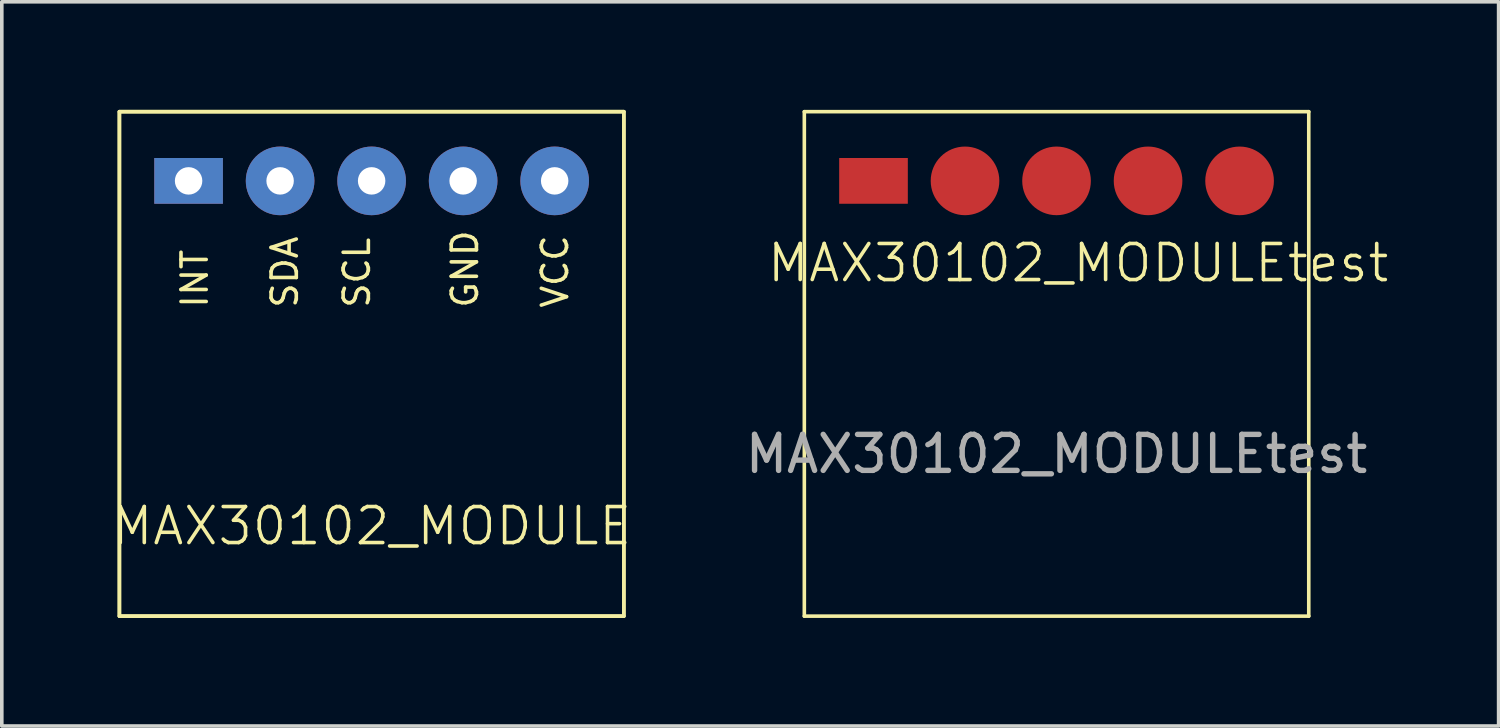
<source format=kicad_pcb>
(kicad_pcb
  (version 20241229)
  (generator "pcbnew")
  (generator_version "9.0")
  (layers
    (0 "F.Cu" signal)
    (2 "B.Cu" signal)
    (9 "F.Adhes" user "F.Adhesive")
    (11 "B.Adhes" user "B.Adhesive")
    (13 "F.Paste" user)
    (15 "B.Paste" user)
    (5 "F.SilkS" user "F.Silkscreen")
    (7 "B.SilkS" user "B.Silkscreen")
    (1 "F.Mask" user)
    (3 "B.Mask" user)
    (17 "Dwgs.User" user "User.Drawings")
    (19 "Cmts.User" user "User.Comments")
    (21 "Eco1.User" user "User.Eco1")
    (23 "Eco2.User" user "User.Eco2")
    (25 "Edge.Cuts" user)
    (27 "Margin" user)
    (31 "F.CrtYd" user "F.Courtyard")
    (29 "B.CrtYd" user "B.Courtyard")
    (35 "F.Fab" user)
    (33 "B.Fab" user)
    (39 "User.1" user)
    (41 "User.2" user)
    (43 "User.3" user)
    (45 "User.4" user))
  (footprint "MAX30102_MODULE"
    (layer "F.Cu")
    (at 7.264 7.05)
    (property "Reference" "MAX30102_MODULE" (at 0 4.5 0) (unlocked yes) (layer "F.SilkS") (effects (font (size 1 1) (thickness 0.1))))
    (attr through_hole)
    (fp_line (start -7 -7) (end 7 -7) (stroke (width 0.1) (type default)) (layer "F.SilkS"))
    (fp_line (start -7 7) (end -7 -7) (stroke (width 0.1) (type default)) (layer "F.SilkS"))
    (fp_line (start 7 -7) (end 7 7) (stroke (width 0.1) (type default)) (layer "F.SilkS"))
    (fp_line (start 7 7) (end -7 7) (stroke (width 0.1) (type default)) (layer "F.SilkS"))
    (fp_rect (start -7 -7) (end 7 7) (stroke (width 0.1) (type default)) (fill no) (layer "F.SilkS"))
    (fp_text user "SCL" (at 0 -1.5 90) (unlocked yes) (layer "F.SilkS") (effects (font (size 0.7 0.7) (thickness 0.1)) (justify left bottom)))
    (fp_text user "GND" (at 3 -1.5 90) (unlocked yes) (layer "F.SilkS") (effects (font (size 0.7 0.7) (thickness 0.1)) (justify left bottom)))
    (fp_text user "SDA" (at -2 -1.5 90) (unlocked yes) (layer "F.SilkS") (effects (font (size 0.7 0.7) (thickness 0.1)) (justify left bottom)))
    (fp_text user "INT" (at -4.5 -1.5 90) (unlocked yes) (layer "F.SilkS") (effects (font (size 0.7 0.7) (thickness 0.1)) (justify left bottom)))
    (fp_text user "VCC" (at 5.5 -1.5 90) (unlocked yes) (layer "F.SilkS") (effects (font (size 0.7 0.7) (thickness 0.1)) (justify left bottom)))
    (pad "1" thru_hole rect (at -5.08 -5.08) (size 1.905 1.27) (drill 0.762) (layers "*.Cu" "*.Mask"))
    (pad "2" thru_hole circle (at -2.54 -5.08) (size 1.905 1.905) (drill 0.762) (layers "*.Cu" "*.Mask"))
    (pad "3" thru_hole circle (at 0 -5.08) (size 1.905 1.905) (drill 0.762) (layers "*.Cu" "*.Mask"))
    (pad "4" thru_hole circle (at 2.54 -5.08) (size 1.905 1.905) (drill 0.762) (layers "*.Cu" "*.Mask"))
    (pad "5" thru_hole circle (at 5.08 -5.08) (size 1.905 1.905) (drill 0.762) (layers "*.Cu" "*.Mask" "B.Paste"))
    (zone (net_name "") (layer "F.SilkS") (hatch edge 0.5) (connect_pads) (min_thickness 0.25) (filled_areas_thickness no) (keepout (tracks allowed) (vias allowed) (pads not_allowed) (copperpour allowed) (footprints not_allowed)) (placement (enabled no)) (fill) (polygon (pts (xy 0.264 0.05) (xy 14.264 0.05) (xy 14.264 14.05) (xy 0.264 14.05)))))
  (footprint "MAX30102_MODULEtest"
    (layer "F.Cu")
    (at 26.273 7.05)
    (property "Reference" "MAX30102_MODULEtest" (at 0.6 -2.8 0) (unlocked yes) (layer "F.SilkS") (effects (font (size 1 1) (thickness 0.1))))
    (attr through_hole)
    (fp_line (start -7 -7) (end 7 -7) (stroke (width 0.1) (type default)) (layer "F.SilkS"))
    (fp_line (start -7 7) (end -7 -7) (stroke (width 0.1) (type default)) (layer "F.SilkS"))
    (fp_line (start 7 -7) (end 7 7) (stroke (width 0.1) (type default)) (layer "F.SilkS"))
    (fp_line (start 7 7) (end -7 7) (stroke (width 0.1) (type default)) (layer "F.SilkS"))
    (fp_text user "${REFERENCE}" (at 0 2.5 0) (unlocked yes) (layer "F.Fab") (effects (font (size 1 1) (thickness 0.15))))
    (pad "1" smd trapezoid (at -5.08 -5.08) (size 1.905 1.27) (layers "F.Cu" "F.Mask" "F.Paste"))
    (pad "2" smd circle (at -2.54 -5.08) (size 1.905 1.905) (layers "F.Cu" "F.Mask" "F.Paste"))
    (pad "3" smd circle (at 0 -5.08) (size 1.905 1.905) (layers "F.Cu" "F.Mask" "F.Paste"))
    (pad "4" smd circle (at 2.54 -5.08) (size 1.905 1.905) (layers "F.Cu" "F.Mask" "F.Paste"))
    (pad "5" smd circle (at 5.08 -5.08) (size 1.905 1.905) (layers "F.Cu" "F.Mask" "F.Paste"))
    (zone (net_name "") (layer "F.SilkS") (hatch edge 0.5) (connect_pads) (min_thickness 0.25) (filled_areas_thickness no) (keepout (tracks allowed) (vias allowed) (pads not_allowed) (copperpour allowed) (footprints not_allowed)) (placement (enabled no)) (fill) (polygon (pts (xy 19.273 0.05) (xy 33.273 0.05) (xy 33.273 14.05) (xy 19.273 14.05)))))
  (gr_rect
    (start -3 -3)
    (end 38.542 17.1)
    (stroke (width 0.1) (type default))
    (fill no)
    (layer "Edge.Cuts")))
</source>
